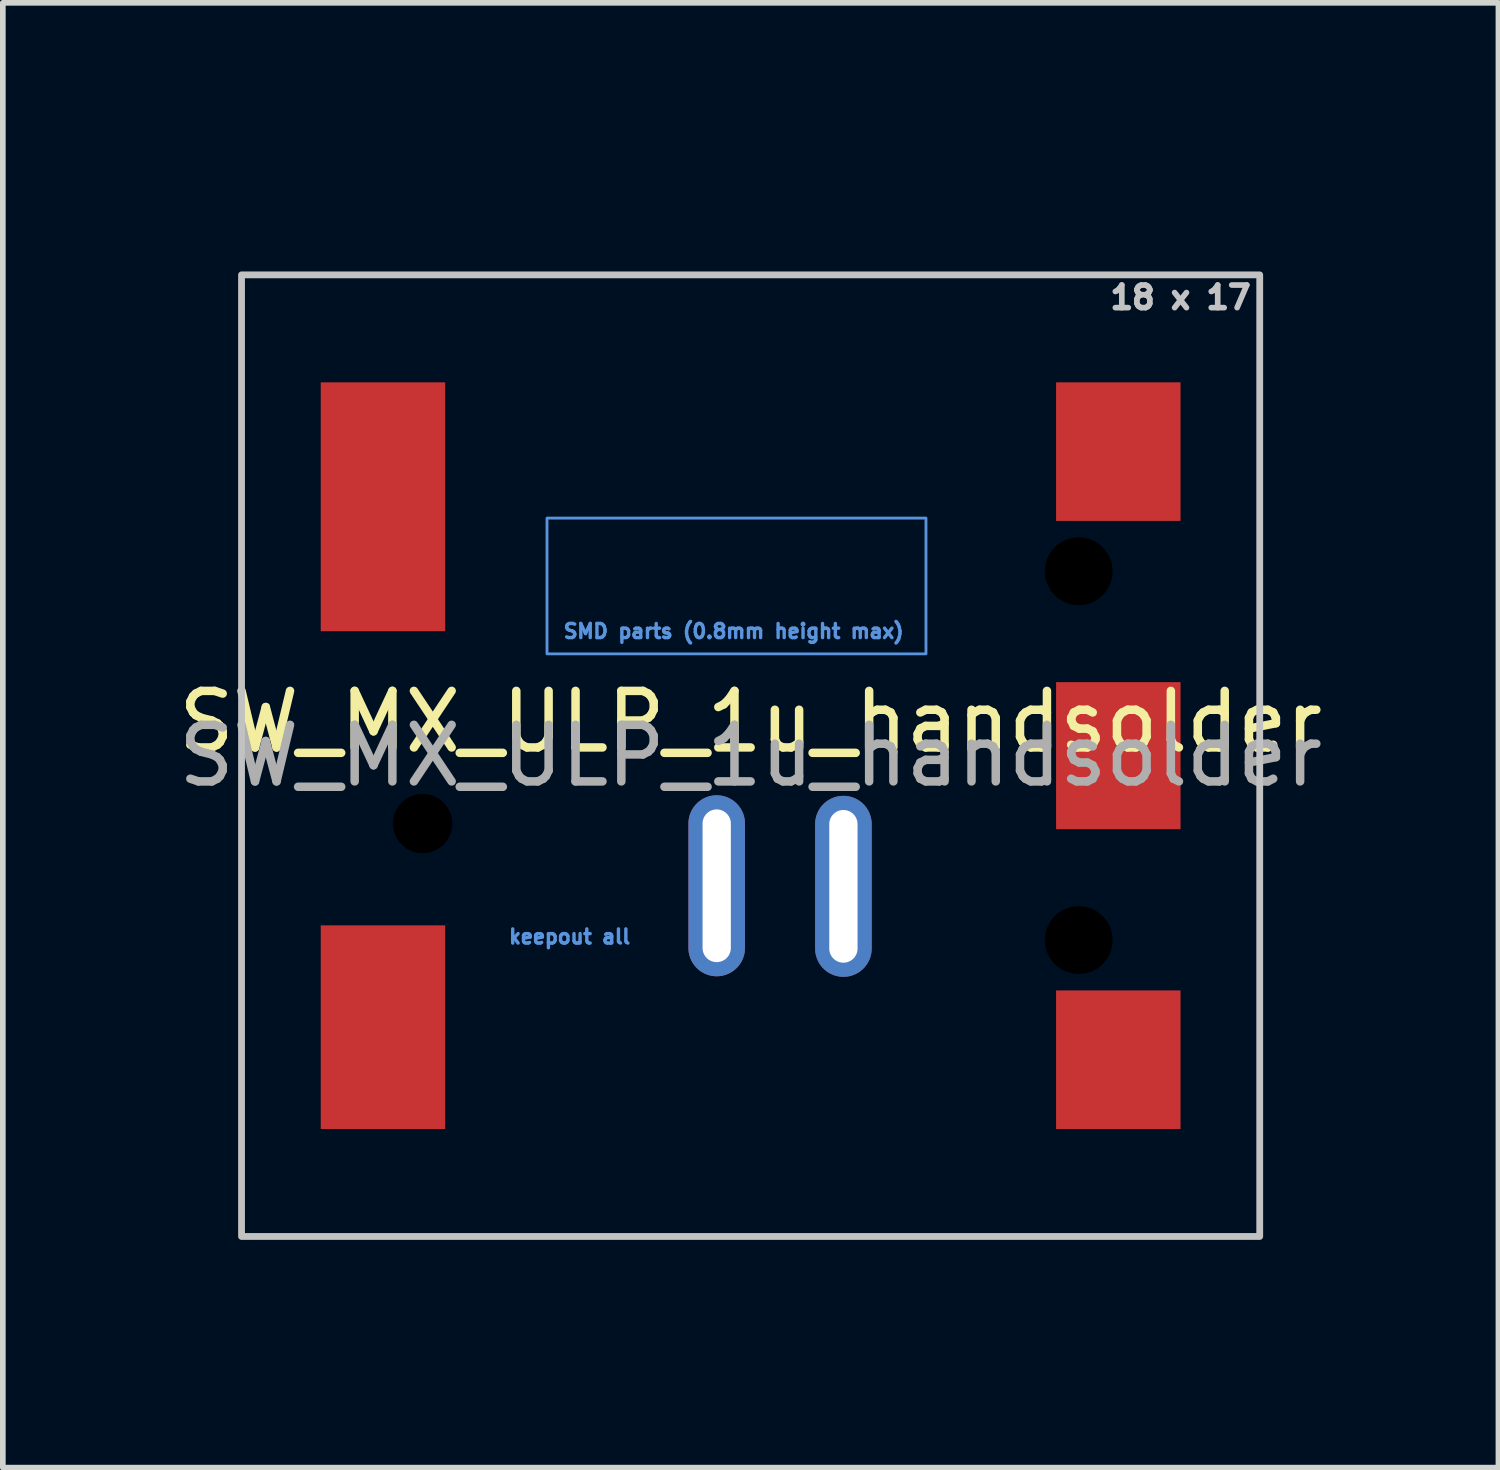
<source format=kicad_pcb>
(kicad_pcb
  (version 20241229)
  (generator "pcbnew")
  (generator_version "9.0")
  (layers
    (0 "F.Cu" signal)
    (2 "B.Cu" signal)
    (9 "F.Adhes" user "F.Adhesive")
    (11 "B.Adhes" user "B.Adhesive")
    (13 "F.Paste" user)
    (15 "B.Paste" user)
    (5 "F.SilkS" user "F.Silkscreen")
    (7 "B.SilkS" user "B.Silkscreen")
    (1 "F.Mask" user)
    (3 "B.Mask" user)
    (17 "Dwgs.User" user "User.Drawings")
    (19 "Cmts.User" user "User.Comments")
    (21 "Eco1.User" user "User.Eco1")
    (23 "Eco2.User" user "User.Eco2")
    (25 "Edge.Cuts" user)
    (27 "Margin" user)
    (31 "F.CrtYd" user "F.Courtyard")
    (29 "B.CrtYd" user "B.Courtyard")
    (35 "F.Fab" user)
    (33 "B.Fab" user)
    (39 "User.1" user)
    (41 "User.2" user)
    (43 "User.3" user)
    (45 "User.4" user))
  (footprint "SW_MX_ULP_1u_handsolder"
    (layer "F.Cu")
    (at 10.22 10.309)
    (property "Reference" "SW_MX_ULP_1u_handsolder" (at 0 -0.6 0) (unlocked yes) (layer "F.SilkS") (effects (font (size 1 1) (thickness 0.15))))
    (attr smd)
    (fp_rect (start -9 -8.5) (end 9 8.5) (stroke (width 0.12) (type solid)) (fill no) (layer "Dwgs.User"))
    (fp_rect (start -3.6 -4.2) (end 3.1 -1.8) (stroke (width 0.05) (type solid)) (fill no) (layer "Cmts.User"))
    (fp_rect (start -9.525 -9.525) (end 9.525 9.525) (stroke (width 0.12) (type solid)) (fill no) (layer "Eco1.User"))
    (fp_text user "18 x 17" (at 7.6 -8.1 0) (unlocked yes) (layer "Dwgs.User") (effects (font (size 0.4 0.4) (thickness 0.1))))
    (fp_text user "SMD parts (0.8mm height max)" (at -0.3 -2.2 0) (unlocked yes) (layer "Cmts.User") (effects (font (size 0.25 0.25) (thickness 0.06))))
    (fp_text user "keepout all" (at -3.2 3.2 0) (unlocked yes) (layer "Cmts.User") (effects (font (size 0.25 0.25) (thickness 0.06))))
    (fp_text user "19.05 x 19.05" (at 7.2 -9.9 0) (unlocked yes) (layer "Eco1.User") (effects (font (size 0.4 0.4) (thickness 0.1))))
    (fp_text user "${REFERENCE}" (at 0 0 0) (layer "F.Fab") (effects (font (size 1 1) (thickness 0.15))))
    (pad "" np_thru_hole circle (at -5.8 1.2) (size 1.05 1.05) (drill 1.05) (layers "*.Mask"))
    (pad "" np_thru_hole circle (at 5.8 -3.26) (size 1.2 1.2) (drill 1.2) (layers "*.Mask"))
    (pad "" np_thru_hole circle (at 5.8 3.26) (size 1.2 1.2) (drill 1.2) (layers "*.Mask"))
    (pad "1" thru_hole oval (at -0.6 2.3) (size 1 3.2) (drill oval 0.5 2.7) (layers "*.Cu" "*.Mask"))
    (pad "2" thru_hole oval (at 1.64 2.31) (size 1 3.2) (drill oval 0.5 2.7) (layers "*.Cu" "*.Mask"))
    (pad "MP" smd rect (at -6.5 -4.4) (size 2.2 4.4) (layers "F.Cu" "F.Mask" "F.Paste"))
    (pad "MP" smd rect (at -6.5 4.8) (size 2.2 3.6) (layers "F.Cu" "F.Mask" "F.Paste"))
    (pad "MP" smd rect (at 6.5 -5.375) (size 2.2 2.45) (layers "F.Cu" "F.Mask" "F.Paste"))
    (pad "MP" smd rect (at 6.5 0) (size 2.2 2.6) (layers "F.Cu" "F.Mask" "F.Paste"))
    (pad "MP" smd rect (at 6.5 5.375) (size 2.2 2.45) (layers "F.Cu" "F.Mask" "F.Paste"))
    (zone (net_name "") (layer "F.Cu") (hatch edge 0.508) (connect_pads) (min_thickness 0.254) (filled_areas_thickness no) (keepout (tracks not_allowed) (vias not_allowed) (pads not_allowed) (copperpour not_allowed) (footprints not_allowed)) (placement (enabled no)) (fill) (polygon (pts (xy 9.02 14.509) (xy 5.02 14.509) (xy 5.02 12.509) (xy 9.02 12.509)))))
  (gr_rect
    (start -3 -3)
    (end 23.44 22.895)
    (stroke (width 0.1) (type default))
    (fill no)
    (layer "Edge.Cuts")))
</source>
